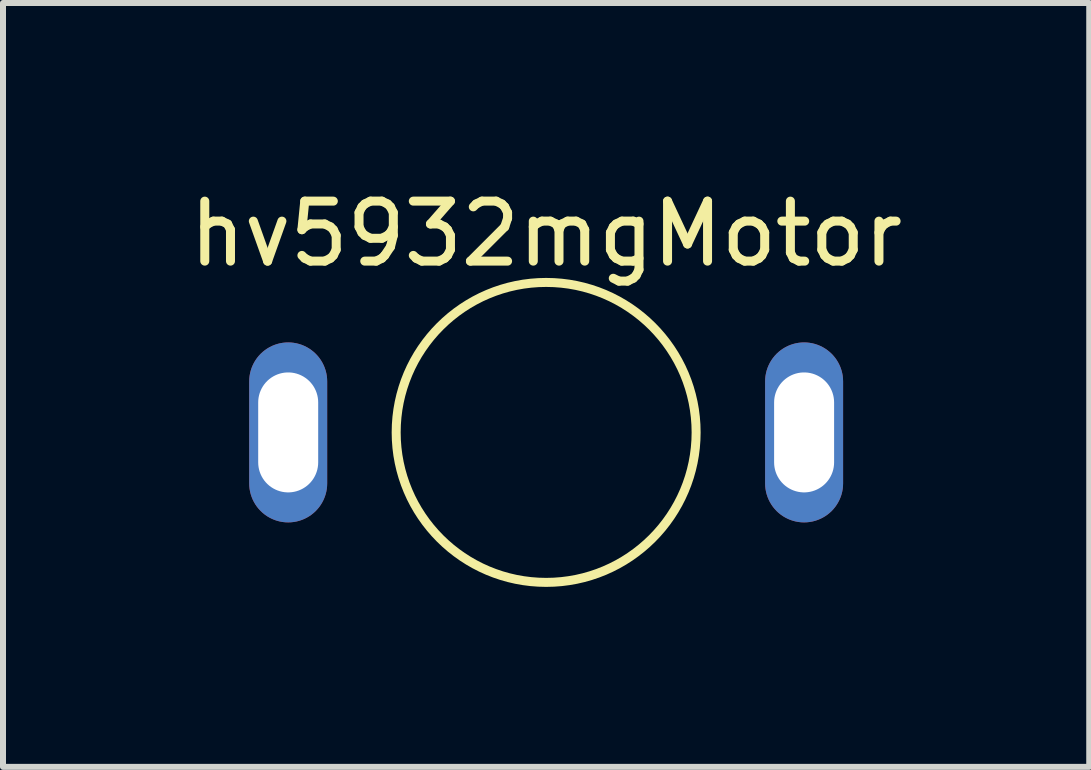
<source format=kicad_pcb>
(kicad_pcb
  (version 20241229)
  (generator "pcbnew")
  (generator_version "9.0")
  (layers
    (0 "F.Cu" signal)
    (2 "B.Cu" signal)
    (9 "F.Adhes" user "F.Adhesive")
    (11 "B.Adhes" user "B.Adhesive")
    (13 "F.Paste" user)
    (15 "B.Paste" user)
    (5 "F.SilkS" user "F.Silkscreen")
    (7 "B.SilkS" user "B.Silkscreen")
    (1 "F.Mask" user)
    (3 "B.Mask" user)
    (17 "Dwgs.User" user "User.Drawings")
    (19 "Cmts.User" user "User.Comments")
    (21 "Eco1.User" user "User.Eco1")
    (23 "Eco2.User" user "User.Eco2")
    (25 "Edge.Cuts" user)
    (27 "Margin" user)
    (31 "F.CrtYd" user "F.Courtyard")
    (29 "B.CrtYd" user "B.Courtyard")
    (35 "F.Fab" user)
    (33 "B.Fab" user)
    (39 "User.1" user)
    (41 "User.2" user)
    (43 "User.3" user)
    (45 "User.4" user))
  (footprint "hv5932mgMotor"
    (layer "F.Cu")
    (at 6.054 4.158)
    (property "Reference" "hv5932mgMotor" (at 0 -3.31 0) (layer "F.SilkS") (effects (font (size 1 1) (thickness 0.15))))
    (attr through_hole)
    (fp_circle (center 0 0) (end 2.5 0) (stroke (width 0.15) (type solid)) (fill no) (layer "F.SilkS"))
    (pad "1" thru_hole oval (at -4.3 0) (size 1.3 3) (drill oval 1 2) (layers "*.Cu" "*.Mask"))
    (pad "2" thru_hole oval (at 4.3 0) (size 1.3 3) (drill oval 1 2) (layers "*.Cu" "*.Mask")))
  (gr_rect
    (start -3 -3)
    (end 15.107 9.733)
    (stroke (width 0.1) (type default))
    (fill no)
    (layer "Edge.Cuts")))
</source>
